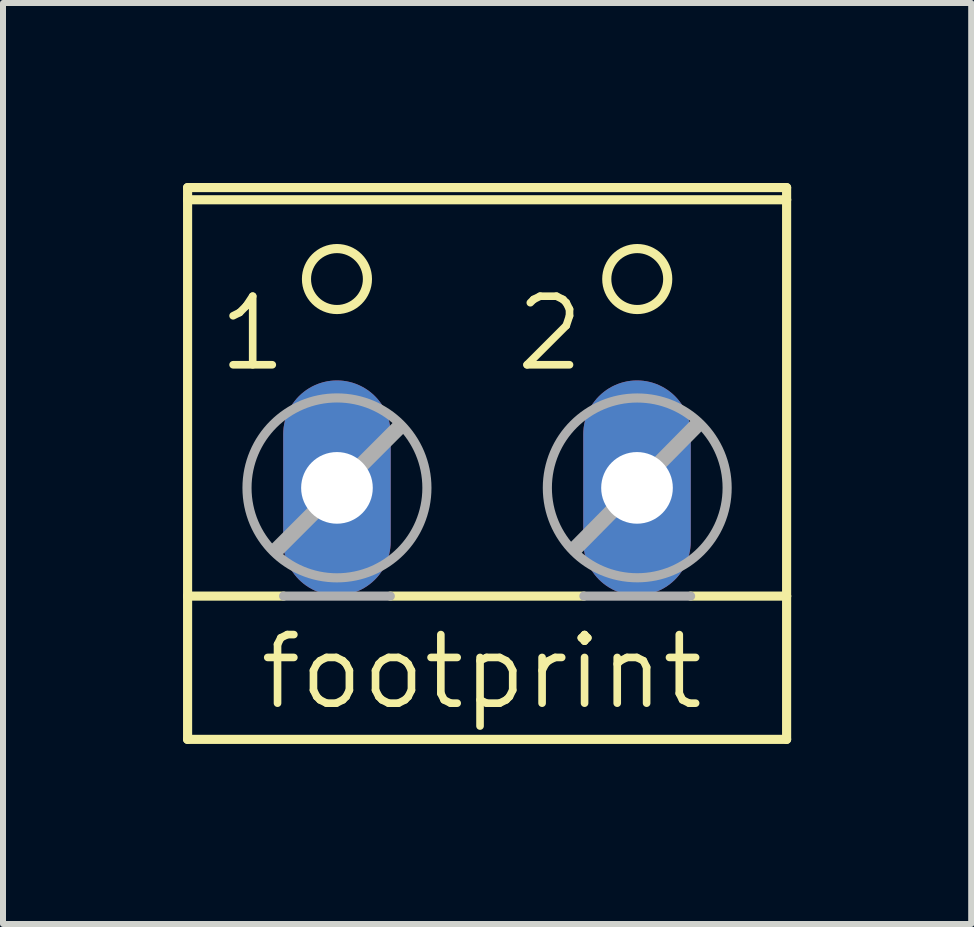
<source format=kicad_pcb>
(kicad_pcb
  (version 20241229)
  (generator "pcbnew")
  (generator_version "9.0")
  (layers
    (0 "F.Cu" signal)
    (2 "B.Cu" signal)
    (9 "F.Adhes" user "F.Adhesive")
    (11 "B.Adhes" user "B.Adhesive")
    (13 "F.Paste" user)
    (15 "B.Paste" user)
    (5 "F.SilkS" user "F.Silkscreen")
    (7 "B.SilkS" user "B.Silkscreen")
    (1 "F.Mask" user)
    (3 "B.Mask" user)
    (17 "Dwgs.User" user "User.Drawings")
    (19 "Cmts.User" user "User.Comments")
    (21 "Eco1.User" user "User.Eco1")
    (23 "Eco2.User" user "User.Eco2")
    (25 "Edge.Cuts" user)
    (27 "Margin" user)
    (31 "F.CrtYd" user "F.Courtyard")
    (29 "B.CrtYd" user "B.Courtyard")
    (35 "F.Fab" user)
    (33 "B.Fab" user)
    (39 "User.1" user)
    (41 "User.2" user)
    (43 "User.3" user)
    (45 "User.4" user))
  (footprint "footprint"
    (layer "F.Cu")
    (at 5.065 3.81)
    (property "Reference" "footprint" (at -3.846 5.004 0) (layer "F.SilkS") (effects (font (size 1.143 1.143) (thickness 0.127)) (justify left bottom)))
    (fp_line (start -4.989 -3.531) (end -4.989 -3.734) (stroke (width 0.152) (type solid)) (layer "F.SilkS"))
    (fp_line (start -4.989 -3.531) (end 4.993 -3.531) (stroke (width 0.152) (type solid)) (layer "F.SilkS"))
    (fp_line (start -4.989 3.073) (end -4.989 -3.531) (stroke (width 0.152) (type solid)) (layer "F.SilkS"))
    (fp_line (start -4.989 3.073) (end -3.389 3.073) (stroke (width 0.152) (type solid)) (layer "F.SilkS"))
    (fp_line (start -4.989 5.461) (end -4.989 3.073) (stroke (width 0.152) (type solid)) (layer "F.SilkS"))
    (fp_line (start -4.989 5.461) (end 4.993 5.461) (stroke (width 0.152) (type solid)) (layer "F.SilkS"))
    (fp_line (start -1.611 3.073) (end 1.615 3.073) (stroke (width 0.152) (type solid)) (layer "F.SilkS"))
    (fp_line (start 3.393 3.073) (end 4.993 3.073) (stroke (width 0.152) (type solid)) (layer "F.SilkS"))
    (fp_line (start 4.993 -3.734) (end -4.989 -3.734) (stroke (width 0.152) (type solid)) (layer "F.SilkS"))
    (fp_line (start 4.993 -3.734) (end 4.993 -3.531) (stroke (width 0.152) (type solid)) (layer "F.SilkS"))
    (fp_line (start 4.993 -3.531) (end 4.993 3.073) (stroke (width 0.152) (type solid)) (layer "F.SilkS"))
    (fp_line (start 4.993 3.073) (end 4.993 5.461) (stroke (width 0.152) (type solid)) (layer "F.SilkS"))
    (fp_circle (center -2.5 -2.21) (end -1.992 -2.21) (stroke (width 0.152) (type solid)) (fill no) (layer "F.SilkS"))
    (fp_circle (center 2.504 -2.21) (end 3.012 -2.21) (stroke (width 0.152) (type solid)) (fill no) (layer "F.SilkS"))
    (fp_line (start -3.491 2.286) (end -1.484 0.279) (stroke (width 0.254) (type solid)) (layer "F.Fab"))
    (fp_line (start -3.389 3.073) (end -1.611 3.073) (stroke (width 0.152) (type solid)) (layer "F.Fab"))
    (fp_line (start 1.488 2.261) (end 3.469 0.254) (stroke (width 0.254) (type solid)) (layer "F.Fab"))
    (fp_line (start 1.615 3.073) (end 3.393 3.073) (stroke (width 0.152) (type solid)) (layer "F.Fab"))
    (fp_circle (center -2.5 1.27) (end -1.001 1.27) (stroke (width 0.152) (type solid)) (fill no) (layer "F.Fab"))
    (fp_circle (center 2.504 1.27) (end 4.002 1.27) (stroke (width 0.152) (type solid)) (fill no) (layer "F.Fab"))
    (fp_text user "2" (at 0.421 -0.635 0) (layer "F.SilkS") (effects (font (size 1.143 1.143) (thickness 0.127)) (justify left bottom)))
    (fp_text user "1" (at -4.532 -0.635 0) (layer "F.SilkS") (effects (font (size 1.143 1.143) (thickness 0.127)) (justify left bottom)))
    (pad "1" thru_hole oval (at -2.5 1.27 90) (size 3.581 1.791) (drill 1.194) (layers "*.Cu" "*.Mask"))
    (pad "2" thru_hole oval (at 2.5 1.27 90) (size 3.581 1.791) (drill 1.194) (layers "*.Cu" "*.Mask")))
  (gr_rect
    (start -3 -3)
    (end 13.134 12.347)
    (stroke (width 0.1) (type default))
    (fill no)
    (layer "Edge.Cuts")))
</source>
